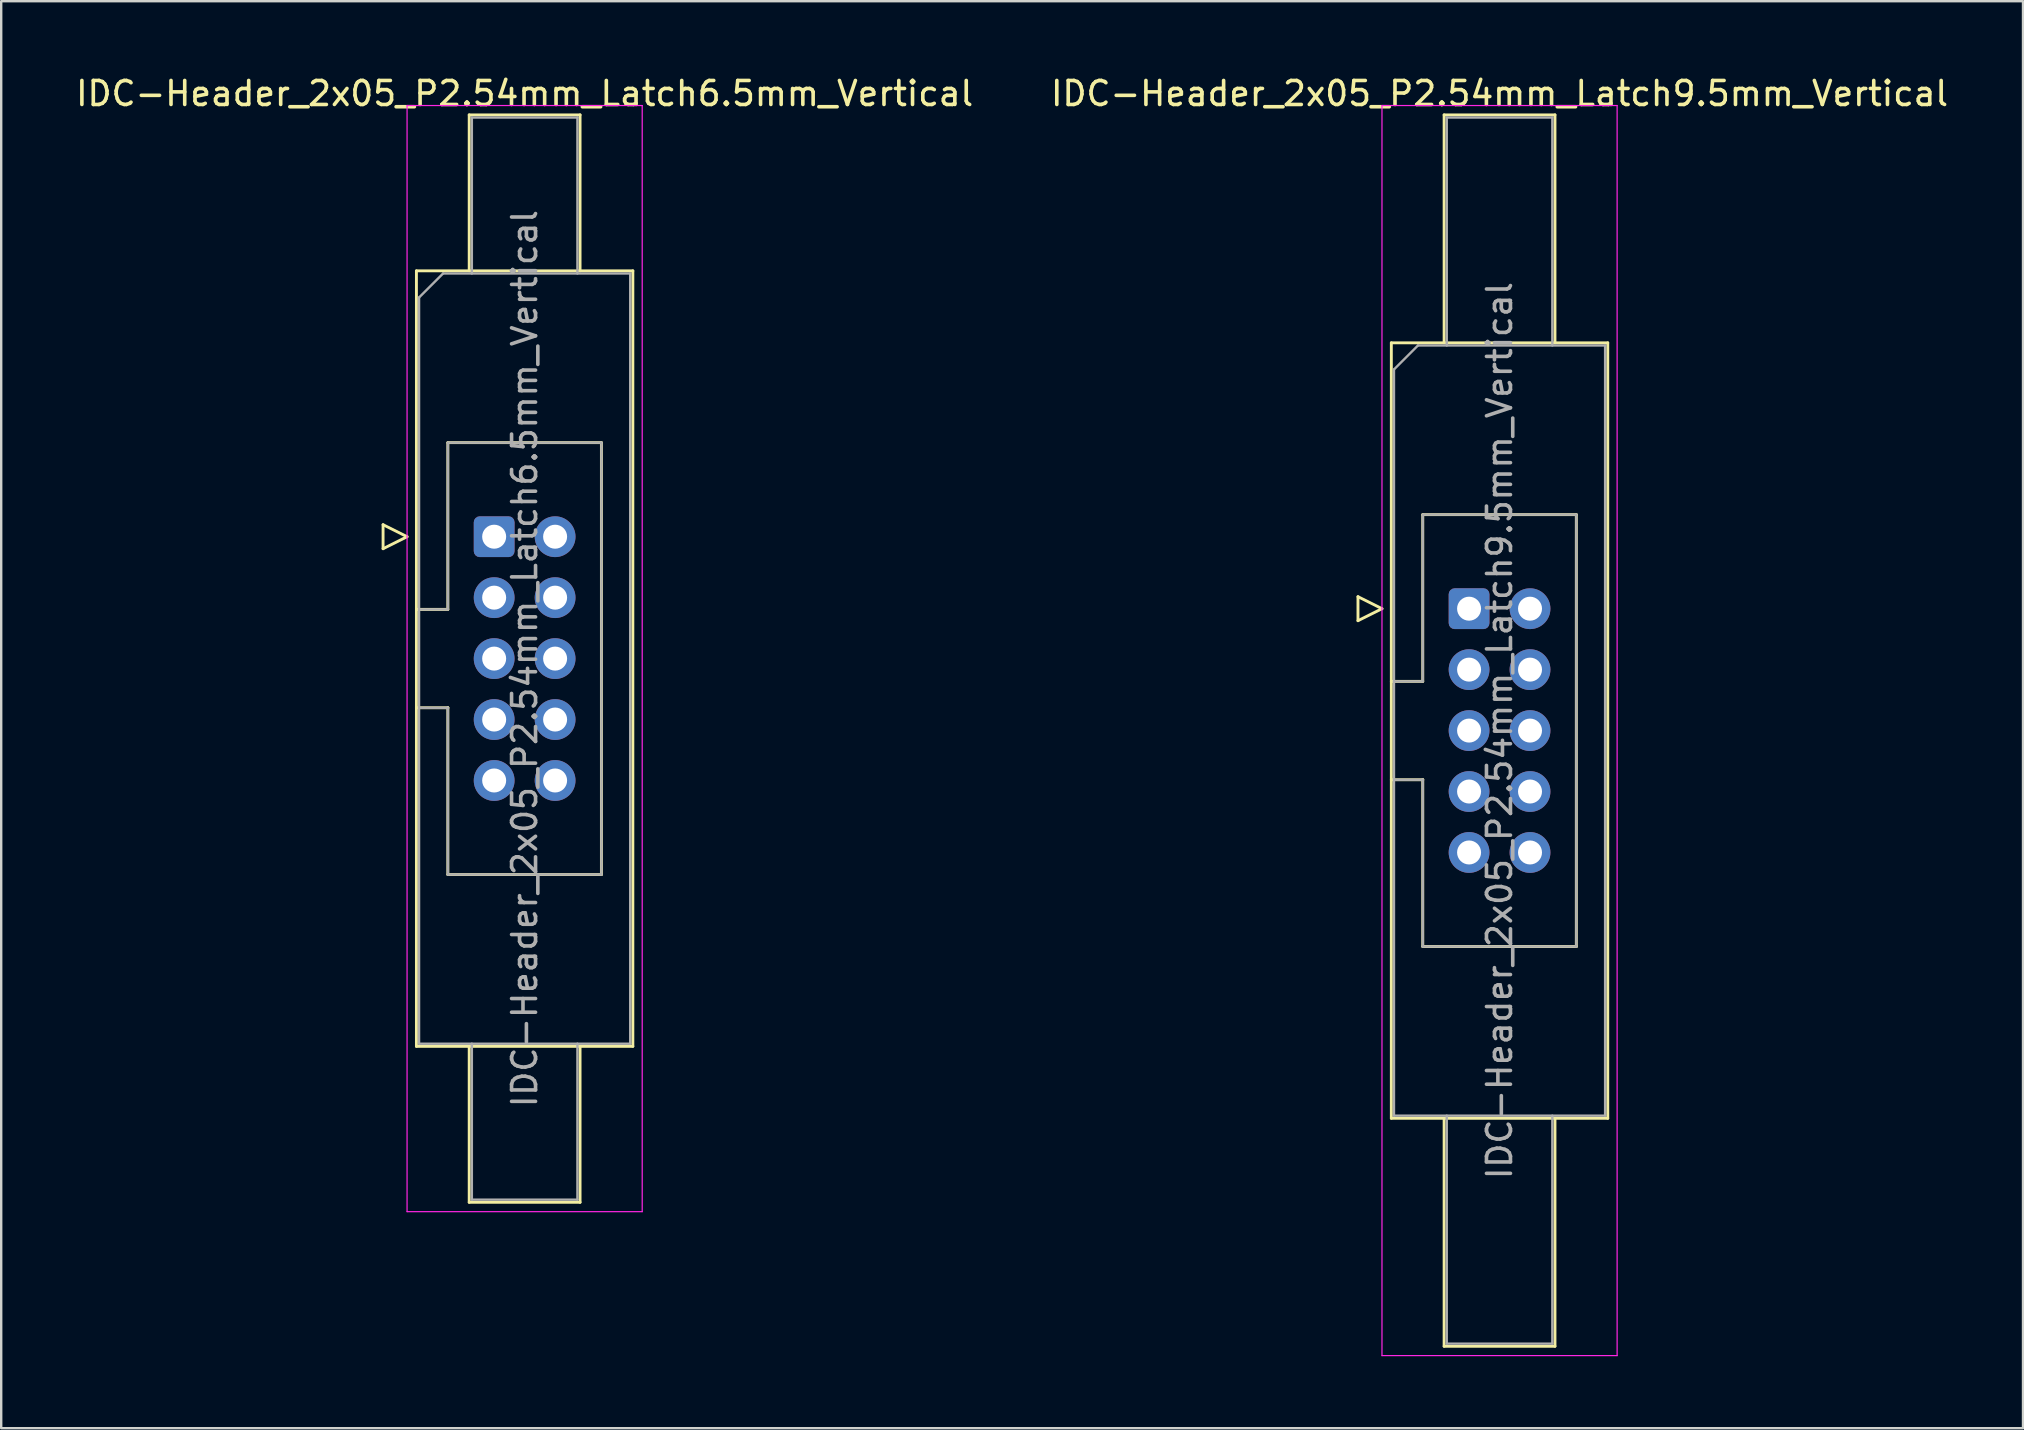
<source format=kicad_pcb>
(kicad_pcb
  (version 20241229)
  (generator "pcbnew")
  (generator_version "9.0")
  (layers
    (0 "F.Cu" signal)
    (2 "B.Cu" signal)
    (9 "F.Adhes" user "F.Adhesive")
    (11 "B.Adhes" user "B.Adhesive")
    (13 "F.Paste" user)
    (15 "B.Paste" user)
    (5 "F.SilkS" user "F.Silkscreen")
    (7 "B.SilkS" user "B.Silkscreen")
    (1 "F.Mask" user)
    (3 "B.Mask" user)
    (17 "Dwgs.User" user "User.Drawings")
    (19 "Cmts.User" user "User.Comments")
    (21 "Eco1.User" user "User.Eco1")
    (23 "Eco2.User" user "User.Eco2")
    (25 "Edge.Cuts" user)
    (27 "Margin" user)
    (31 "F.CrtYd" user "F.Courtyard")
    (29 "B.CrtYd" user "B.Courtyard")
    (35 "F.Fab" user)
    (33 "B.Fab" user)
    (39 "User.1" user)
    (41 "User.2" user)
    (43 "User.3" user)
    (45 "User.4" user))
  (footprint "IDC-Header_2x05_P2.54mm_Latch9.5mm_Vertical"
    (layer "F.Cu")
    (at 58.176 22.318)
    (property "Reference" "IDC-Header_2x05_P2.54mm_Latch9.5mm_Vertical" (at 1.27 -21.47 0) (layer "F.SilkS") (effects (font (size 1 1) (thickness 0.15))))
    (attr through_hole)
    (fp_line (start -4.63 -0.5) (end -4.63 0.5) (stroke (width 0.12) (type solid)) (layer "F.SilkS"))
    (fp_line (start -4.63 0.5) (end -3.63 0) (stroke (width 0.12) (type solid)) (layer "F.SilkS"))
    (fp_line (start -3.63 0) (end -4.63 -0.5) (stroke (width 0.12) (type solid)) (layer "F.SilkS"))
    (fp_line (start -3.24 -11.08) (end 5.78 -11.08) (stroke (width 0.12) (type solid)) (layer "F.SilkS"))
    (fp_line (start -3.24 3.03) (end -1.93 3.03) (stroke (width 0.12) (type solid)) (layer "F.SilkS"))
    (fp_line (start -3.24 21.24) (end -3.24 -11.08) (stroke (width 0.12) (type solid)) (layer "F.SilkS"))
    (fp_line (start -1.93 -3.92) (end 4.47 -3.92) (stroke (width 0.12) (type solid)) (layer "F.SilkS"))
    (fp_line (start -1.93 3.03) (end -1.93 -3.92) (stroke (width 0.12) (type solid)) (layer "F.SilkS"))
    (fp_line (start -1.93 7.13) (end -3.24 7.13) (stroke (width 0.12) (type solid)) (layer "F.SilkS"))
    (fp_line (start -1.93 7.13) (end -1.93 7.13) (stroke (width 0.12) (type solid)) (layer "F.SilkS"))
    (fp_line (start -1.93 14.08) (end -1.93 7.13) (stroke (width 0.12) (type solid)) (layer "F.SilkS"))
    (fp_line (start -1.04 -20.58) (end 3.58 -20.58) (stroke (width 0.12) (type solid)) (layer "F.SilkS"))
    (fp_line (start -1.04 -11.08) (end -1.04 -20.58) (stroke (width 0.12) (type solid)) (layer "F.SilkS"))
    (fp_line (start -1.04 21.24) (end -1.04 30.74) (stroke (width 0.12) (type solid)) (layer "F.SilkS"))
    (fp_line (start -1.04 30.74) (end 3.58 30.74) (stroke (width 0.12) (type solid)) (layer "F.SilkS"))
    (fp_line (start 3.58 -20.58) (end 3.58 -11.08) (stroke (width 0.12) (type solid)) (layer "F.SilkS"))
    (fp_line (start 3.58 30.74) (end 3.58 21.24) (stroke (width 0.12) (type solid)) (layer "F.SilkS"))
    (fp_line (start 4.47 -3.92) (end 4.47 14.08) (stroke (width 0.12) (type solid)) (layer "F.SilkS"))
    (fp_line (start 4.47 14.08) (end -1.93 14.08) (stroke (width 0.12) (type solid)) (layer "F.SilkS"))
    (fp_line (start 5.78 -11.08) (end 5.78 21.24) (stroke (width 0.12) (type solid)) (layer "F.SilkS"))
    (fp_line (start 5.78 21.24) (end -3.24 21.24) (stroke (width 0.12) (type solid)) (layer "F.SilkS"))
    (fp_line (start -3.63 -20.97) (end -3.63 31.13) (stroke (width 0.05) (type solid)) (layer "F.CrtYd"))
    (fp_line (start -3.63 31.13) (end 6.17 31.13) (stroke (width 0.05) (type solid)) (layer "F.CrtYd"))
    (fp_line (start 6.17 -20.97) (end -3.63 -20.97) (stroke (width 0.05) (type solid)) (layer "F.CrtYd"))
    (fp_line (start 6.17 31.13) (end 6.17 -20.97) (stroke (width 0.05) (type solid)) (layer "F.CrtYd"))
    (fp_line (start -3.13 -9.97) (end -2.13 -10.97) (stroke (width 0.1) (type solid)) (layer "F.Fab"))
    (fp_line (start -3.13 3.03) (end -1.93 3.03) (stroke (width 0.1) (type solid)) (layer "F.Fab"))
    (fp_line (start -3.13 21.13) (end -3.13 -9.97) (stroke (width 0.1) (type solid)) (layer "F.Fab"))
    (fp_line (start -2.13 -10.97) (end 5.67 -10.97) (stroke (width 0.1) (type solid)) (layer "F.Fab"))
    (fp_line (start -1.93 -3.92) (end 4.47 -3.92) (stroke (width 0.1) (type solid)) (layer "F.Fab"))
    (fp_line (start -1.93 3.03) (end -1.93 -3.92) (stroke (width 0.1) (type solid)) (layer "F.Fab"))
    (fp_line (start -1.93 7.13) (end -3.13 7.13) (stroke (width 0.1) (type solid)) (layer "F.Fab"))
    (fp_line (start -1.93 7.13) (end -1.93 7.13) (stroke (width 0.1) (type solid)) (layer "F.Fab"))
    (fp_line (start -1.93 14.08) (end -1.93 7.13) (stroke (width 0.1) (type solid)) (layer "F.Fab"))
    (fp_line (start -0.93 -20.47) (end 3.47 -20.47) (stroke (width 0.1) (type solid)) (layer "F.Fab"))
    (fp_line (start -0.93 -10.97) (end -0.93 -20.47) (stroke (width 0.1) (type solid)) (layer "F.Fab"))
    (fp_line (start -0.93 21.13) (end -0.93 30.63) (stroke (width 0.1) (type solid)) (layer "F.Fab"))
    (fp_line (start -0.93 30.63) (end 3.47 30.63) (stroke (width 0.1) (type solid)) (layer "F.Fab"))
    (fp_line (start 3.47 -20.47) (end 3.47 -10.97) (stroke (width 0.1) (type solid)) (layer "F.Fab"))
    (fp_line (start 3.47 30.63) (end 3.47 21.13) (stroke (width 0.1) (type solid)) (layer "F.Fab"))
    (fp_line (start 4.47 -3.92) (end 4.47 14.08) (stroke (width 0.1) (type solid)) (layer "F.Fab"))
    (fp_line (start 4.47 14.08) (end -1.93 14.08) (stroke (width 0.1) (type solid)) (layer "F.Fab"))
    (fp_line (start 5.67 -10.97) (end 5.67 21.13) (stroke (width 0.1) (type solid)) (layer "F.Fab"))
    (fp_line (start 5.67 21.13) (end -3.13 21.13) (stroke (width 0.1) (type solid)) (layer "F.Fab"))
    (fp_text user "${REFERENCE}" (at 1.27 5.08 90) (layer "F.Fab") (effects (font (size 1 1) (thickness 0.15))))
    (pad "1" thru_hole roundrect (at 0 0) (size 1.7 1.7) (drill 1) (layers "*.Cu" "*.Mask") (roundrect_rratio 0.147))
    (pad "2" thru_hole circle (at 2.54 0) (size 1.7 1.7) (drill 1) (layers "*.Cu" "*.Mask"))
    (pad "3" thru_hole circle (at 0 2.54) (size 1.7 1.7) (drill 1) (layers "*.Cu" "*.Mask"))
    (pad "4" thru_hole circle (at 2.54 2.54) (size 1.7 1.7) (drill 1) (layers "*.Cu" "*.Mask"))
    (pad "5" thru_hole circle (at 0 5.08) (size 1.7 1.7) (drill 1) (layers "*.Cu" "*.Mask"))
    (pad "6" thru_hole circle (at 2.54 5.08) (size 1.7 1.7) (drill 1) (layers "*.Cu" "*.Mask"))
    (pad "7" thru_hole circle (at 0 7.62) (size 1.7 1.7) (drill 1) (layers "*.Cu" "*.Mask"))
    (pad "8" thru_hole circle (at 2.54 7.62) (size 1.7 1.7) (drill 1) (layers "*.Cu" "*.Mask"))
    (pad "9" thru_hole circle (at 0 10.16) (size 1.7 1.7) (drill 1) (layers "*.Cu" "*.Mask"))
    (pad "10" thru_hole circle (at 2.54 10.16) (size 1.7 1.7) (drill 1) (layers "*.Cu" "*.Mask")))
  (footprint "IDC-Header_2x05_P2.54mm_Latch6.5mm_Vertical"
    (layer "F.Cu")
    (at 17.545 19.318)
    (property "Reference" "IDC-Header_2x05_P2.54mm_Latch6.5mm_Vertical" (at 1.27 -18.47 0) (layer "F.SilkS") (effects (font (size 1 1) (thickness 0.15))))
    (attr through_hole)
    (fp_line (start -4.63 -0.5) (end -4.63 0.5) (stroke (width 0.12) (type solid)) (layer "F.SilkS"))
    (fp_line (start -4.63 0.5) (end -3.63 0) (stroke (width 0.12) (type solid)) (layer "F.SilkS"))
    (fp_line (start -3.63 0) (end -4.63 -0.5) (stroke (width 0.12) (type solid)) (layer "F.SilkS"))
    (fp_line (start -3.24 -11.08) (end 5.78 -11.08) (stroke (width 0.12) (type solid)) (layer "F.SilkS"))
    (fp_line (start -3.24 3.03) (end -1.93 3.03) (stroke (width 0.12) (type solid)) (layer "F.SilkS"))
    (fp_line (start -3.24 21.24) (end -3.24 -11.08) (stroke (width 0.12) (type solid)) (layer "F.SilkS"))
    (fp_line (start -1.93 -3.92) (end 4.47 -3.92) (stroke (width 0.12) (type solid)) (layer "F.SilkS"))
    (fp_line (start -1.93 3.03) (end -1.93 -3.92) (stroke (width 0.12) (type solid)) (layer "F.SilkS"))
    (fp_line (start -1.93 7.13) (end -3.24 7.13) (stroke (width 0.12) (type solid)) (layer "F.SilkS"))
    (fp_line (start -1.93 7.13) (end -1.93 7.13) (stroke (width 0.12) (type solid)) (layer "F.SilkS"))
    (fp_line (start -1.93 14.08) (end -1.93 7.13) (stroke (width 0.12) (type solid)) (layer "F.SilkS"))
    (fp_line (start -1.04 -17.58) (end 3.58 -17.58) (stroke (width 0.12) (type solid)) (layer "F.SilkS"))
    (fp_line (start -1.04 -11.08) (end -1.04 -17.58) (stroke (width 0.12) (type solid)) (layer "F.SilkS"))
    (fp_line (start -1.04 21.24) (end -1.04 27.74) (stroke (width 0.12) (type solid)) (layer "F.SilkS"))
    (fp_line (start -1.04 27.74) (end 3.58 27.74) (stroke (width 0.12) (type solid)) (layer "F.SilkS"))
    (fp_line (start 3.58 -17.58) (end 3.58 -11.08) (stroke (width 0.12) (type solid)) (layer "F.SilkS"))
    (fp_line (start 3.58 27.74) (end 3.58 21.24) (stroke (width 0.12) (type solid)) (layer "F.SilkS"))
    (fp_line (start 4.47 -3.92) (end 4.47 14.08) (stroke (width 0.12) (type solid)) (layer "F.SilkS"))
    (fp_line (start 4.47 14.08) (end -1.93 14.08) (stroke (width 0.12) (type solid)) (layer "F.SilkS"))
    (fp_line (start 5.78 -11.08) (end 5.78 21.24) (stroke (width 0.12) (type solid)) (layer "F.SilkS"))
    (fp_line (start 5.78 21.24) (end -3.24 21.24) (stroke (width 0.12) (type solid)) (layer "F.SilkS"))
    (fp_line (start -3.63 -17.97) (end -3.63 28.13) (stroke (width 0.05) (type solid)) (layer "F.CrtYd"))
    (fp_line (start -3.63 28.13) (end 6.17 28.13) (stroke (width 0.05) (type solid)) (layer "F.CrtYd"))
    (fp_line (start 6.17 -17.97) (end -3.63 -17.97) (stroke (width 0.05) (type solid)) (layer "F.CrtYd"))
    (fp_line (start 6.17 28.13) (end 6.17 -17.97) (stroke (width 0.05) (type solid)) (layer "F.CrtYd"))
    (fp_line (start -3.13 -9.97) (end -2.13 -10.97) (stroke (width 0.1) (type solid)) (layer "F.Fab"))
    (fp_line (start -3.13 3.03) (end -1.93 3.03) (stroke (width 0.1) (type solid)) (layer "F.Fab"))
    (fp_line (start -3.13 21.13) (end -3.13 -9.97) (stroke (width 0.1) (type solid)) (layer "F.Fab"))
    (fp_line (start -2.13 -10.97) (end 5.67 -10.97) (stroke (width 0.1) (type solid)) (layer "F.Fab"))
    (fp_line (start -1.93 -3.92) (end 4.47 -3.92) (stroke (width 0.1) (type solid)) (layer "F.Fab"))
    (fp_line (start -1.93 3.03) (end -1.93 -3.92) (stroke (width 0.1) (type solid)) (layer "F.Fab"))
    (fp_line (start -1.93 7.13) (end -3.13 7.13) (stroke (width 0.1) (type solid)) (layer "F.Fab"))
    (fp_line (start -1.93 7.13) (end -1.93 7.13) (stroke (width 0.1) (type solid)) (layer "F.Fab"))
    (fp_line (start -1.93 14.08) (end -1.93 7.13) (stroke (width 0.1) (type solid)) (layer "F.Fab"))
    (fp_line (start -0.93 -17.47) (end 3.47 -17.47) (stroke (width 0.1) (type solid)) (layer "F.Fab"))
    (fp_line (start -0.93 -10.97) (end -0.93 -17.47) (stroke (width 0.1) (type solid)) (layer "F.Fab"))
    (fp_line (start -0.93 21.13) (end -0.93 27.63) (stroke (width 0.1) (type solid)) (layer "F.Fab"))
    (fp_line (start -0.93 27.63) (end 3.47 27.63) (stroke (width 0.1) (type solid)) (layer "F.Fab"))
    (fp_line (start 3.47 -17.47) (end 3.47 -10.97) (stroke (width 0.1) (type solid)) (layer "F.Fab"))
    (fp_line (start 3.47 27.63) (end 3.47 21.13) (stroke (width 0.1) (type solid)) (layer "F.Fab"))
    (fp_line (start 4.47 -3.92) (end 4.47 14.08) (stroke (width 0.1) (type solid)) (layer "F.Fab"))
    (fp_line (start 4.47 14.08) (end -1.93 14.08) (stroke (width 0.1) (type solid)) (layer "F.Fab"))
    (fp_line (start 5.67 -10.97) (end 5.67 21.13) (stroke (width 0.1) (type solid)) (layer "F.Fab"))
    (fp_line (start 5.67 21.13) (end -3.13 21.13) (stroke (width 0.1) (type solid)) (layer "F.Fab"))
    (fp_text user "${REFERENCE}" (at 1.27 5.08 90) (layer "F.Fab") (effects (font (size 1 1) (thickness 0.15))))
    (pad "1" thru_hole roundrect (at 0 0) (size 1.7 1.7) (drill 1) (layers "*.Cu" "*.Mask") (roundrect_rratio 0.147))
    (pad "2" thru_hole circle (at 2.54 0) (size 1.7 1.7) (drill 1) (layers "*.Cu" "*.Mask"))
    (pad "3" thru_hole circle (at 0 2.54) (size 1.7 1.7) (drill 1) (layers "*.Cu" "*.Mask"))
    (pad "4" thru_hole circle (at 2.54 2.54) (size 1.7 1.7) (drill 1) (layers "*.Cu" "*.Mask"))
    (pad "5" thru_hole circle (at 0 5.08) (size 1.7 1.7) (drill 1) (layers "*.Cu" "*.Mask"))
    (pad "6" thru_hole circle (at 2.54 5.08) (size 1.7 1.7) (drill 1) (layers "*.Cu" "*.Mask"))
    (pad "7" thru_hole circle (at 0 7.62) (size 1.7 1.7) (drill 1) (layers "*.Cu" "*.Mask"))
    (pad "8" thru_hole circle (at 2.54 7.62) (size 1.7 1.7) (drill 1) (layers "*.Cu" "*.Mask"))
    (pad "9" thru_hole circle (at 0 10.16) (size 1.7 1.7) (drill 1) (layers "*.Cu" "*.Mask"))
    (pad "10" thru_hole circle (at 2.54 10.16) (size 1.7 1.7) (drill 1) (layers "*.Cu" "*.Mask")))
  (gr_rect
    (start -3 -3)
    (end 81.262 56.473)
    (stroke (width 0.1) (type default))
    (fill no)
    (layer "Edge.Cuts")))
</source>
